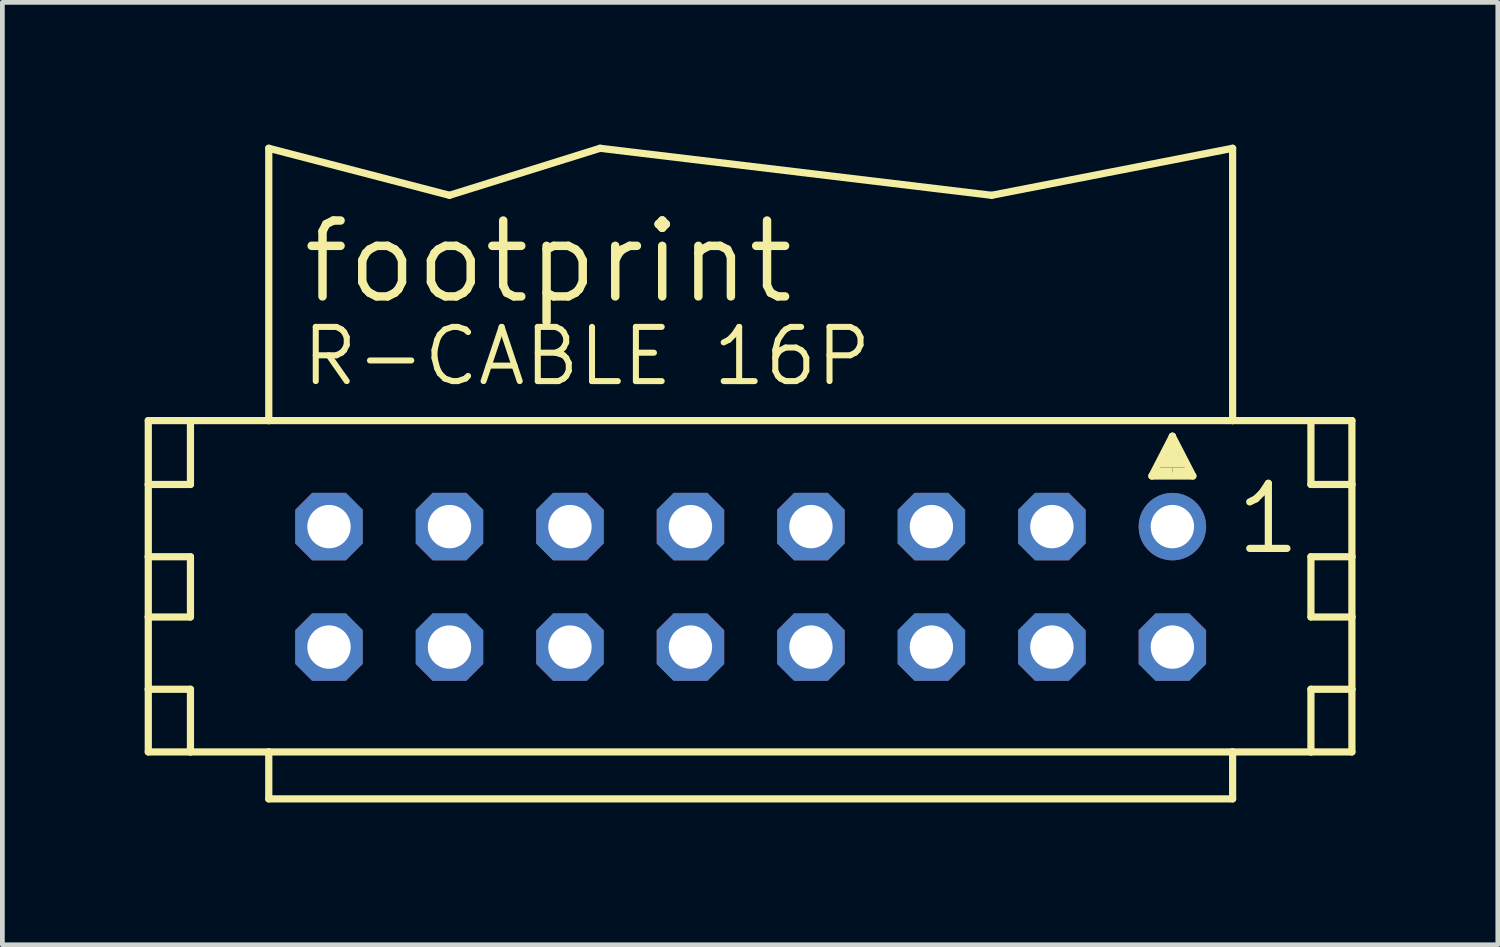
<source format=kicad_pcb>
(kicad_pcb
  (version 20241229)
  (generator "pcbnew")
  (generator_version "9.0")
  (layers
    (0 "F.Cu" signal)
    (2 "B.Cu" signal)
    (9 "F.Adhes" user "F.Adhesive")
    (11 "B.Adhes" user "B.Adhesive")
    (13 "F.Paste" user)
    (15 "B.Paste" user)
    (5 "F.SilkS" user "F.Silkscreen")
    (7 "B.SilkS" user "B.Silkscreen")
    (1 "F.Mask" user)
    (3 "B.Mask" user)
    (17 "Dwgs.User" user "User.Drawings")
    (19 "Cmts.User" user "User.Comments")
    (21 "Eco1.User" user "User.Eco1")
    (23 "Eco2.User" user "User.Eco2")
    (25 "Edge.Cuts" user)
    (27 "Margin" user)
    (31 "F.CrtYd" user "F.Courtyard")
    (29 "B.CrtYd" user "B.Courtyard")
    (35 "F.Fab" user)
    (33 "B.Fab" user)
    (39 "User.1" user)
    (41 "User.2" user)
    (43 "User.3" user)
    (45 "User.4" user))
  (footprint "footprint"
    (layer "F.Cu")
    (at 12.776 9.322)
    (property "Reference" "footprint" (at -9.525 -5.918 0) (layer "F.SilkS") (effects (font (size 1.6 1.6) (thickness 0.178)) (justify left bottom)))
    (fp_line (start -12.7 -3.505) (end -12.7 -2.159) (stroke (width 0.152) (type solid)) (layer "F.SilkS"))
    (fp_line (start -12.7 -2.159) (end -12.7 -0.635) (stroke (width 0.152) (type solid)) (layer "F.SilkS"))
    (fp_line (start -12.7 -2.159) (end -11.811 -2.159) (stroke (width 0.152) (type solid)) (layer "F.SilkS"))
    (fp_line (start -12.7 -0.635) (end -12.7 0.635) (stroke (width 0.152) (type solid)) (layer "F.SilkS"))
    (fp_line (start -12.7 -0.635) (end -11.811 -0.635) (stroke (width 0.152) (type solid)) (layer "F.SilkS"))
    (fp_line (start -12.7 0.635) (end -12.7 2.159) (stroke (width 0.152) (type solid)) (layer "F.SilkS"))
    (fp_line (start -12.7 0.635) (end -11.811 0.635) (stroke (width 0.152) (type solid)) (layer "F.SilkS"))
    (fp_line (start -12.7 2.159) (end -12.7 3.48) (stroke (width 0.152) (type solid)) (layer "F.SilkS"))
    (fp_line (start -12.7 2.159) (end -11.811 2.159) (stroke (width 0.152) (type solid)) (layer "F.SilkS"))
    (fp_line (start -12.7 3.48) (end -11.811 3.48) (stroke (width 0.152) (type solid)) (layer "F.SilkS"))
    (fp_line (start -11.811 -3.505) (end -12.7 -3.505) (stroke (width 0.152) (type solid)) (layer "F.SilkS"))
    (fp_line (start -11.811 -3.505) (end -11.811 -2.159) (stroke (width 0.152) (type solid)) (layer "F.SilkS"))
    (fp_line (start -11.811 -0.635) (end -11.811 0.635) (stroke (width 0.152) (type solid)) (layer "F.SilkS"))
    (fp_line (start -11.811 2.159) (end -11.811 3.48) (stroke (width 0.152) (type solid)) (layer "F.SilkS"))
    (fp_line (start -11.811 3.48) (end -10.16 3.48) (stroke (width 0.152) (type solid)) (layer "F.SilkS"))
    (fp_line (start -10.16 -3.505) (end -11.811 -3.505) (stroke (width 0.152) (type solid)) (layer "F.SilkS"))
    (fp_line (start -10.16 -3.505) (end -10.16 -9.246) (stroke (width 0.152) (type solid)) (layer "F.SilkS"))
    (fp_line (start -10.16 3.48) (end -10.16 4.47) (stroke (width 0.152) (type solid)) (layer "F.SilkS"))
    (fp_line (start -10.16 3.48) (end 10.16 3.48) (stroke (width 0.152) (type solid)) (layer "F.SilkS"))
    (fp_line (start -6.35 -8.255) (end -10.16 -9.246) (stroke (width 0.152) (type solid)) (layer "F.SilkS"))
    (fp_line (start -6.35 -8.255) (end -3.175 -9.246) (stroke (width 0.152) (type solid)) (layer "F.SilkS"))
    (fp_line (start 5.08 -8.255) (end -3.175 -9.246) (stroke (width 0.152) (type solid)) (layer "F.SilkS"))
    (fp_line (start 5.08 -8.255) (end 10.16 -9.246) (stroke (width 0.152) (type solid)) (layer "F.SilkS"))
    (fp_line (start 8.458 -2.337) (end 8.89 -3.175) (stroke (width 0.152) (type solid)) (layer "F.SilkS"))
    (fp_line (start 8.89 -3.175) (end 8.89 -2.921) (stroke (width 0.152) (type solid)) (layer "F.SilkS"))
    (fp_line (start 8.89 -3.175) (end 9.322 -2.337) (stroke (width 0.152) (type solid)) (layer "F.SilkS"))
    (fp_line (start 9.322 -2.337) (end 8.458 -2.337) (stroke (width 0.152) (type solid)) (layer "F.SilkS"))
    (fp_line (start 10.16 -3.505) (end -10.16 -3.505) (stroke (width 0.152) (type solid)) (layer "F.SilkS"))
    (fp_line (start 10.16 -3.505) (end 10.16 -9.246) (stroke (width 0.152) (type solid)) (layer "F.SilkS"))
    (fp_line (start 10.16 3.48) (end 10.16 4.47) (stroke (width 0.152) (type solid)) (layer "F.SilkS"))
    (fp_line (start 10.16 3.48) (end 11.811 3.48) (stroke (width 0.152) (type solid)) (layer "F.SilkS"))
    (fp_line (start 10.16 4.47) (end -10.16 4.47) (stroke (width 0.152) (type solid)) (layer "F.SilkS"))
    (fp_line (start 11.811 -3.505) (end 10.16 -3.505) (stroke (width 0.152) (type solid)) (layer "F.SilkS"))
    (fp_line (start 11.811 -3.505) (end 11.811 -2.159) (stroke (width 0.152) (type solid)) (layer "F.SilkS"))
    (fp_line (start 11.811 -2.159) (end 12.675 -2.159) (stroke (width 0.152) (type solid)) (layer "F.SilkS"))
    (fp_line (start 11.811 -0.635) (end 11.811 0.635) (stroke (width 0.152) (type solid)) (layer "F.SilkS"))
    (fp_line (start 11.811 -0.635) (end 12.675 -0.635) (stroke (width 0.152) (type solid)) (layer "F.SilkS"))
    (fp_line (start 11.811 0.635) (end 12.675 0.635) (stroke (width 0.152) (type solid)) (layer "F.SilkS"))
    (fp_line (start 11.811 2.159) (end 11.811 3.48) (stroke (width 0.152) (type solid)) (layer "F.SilkS"))
    (fp_line (start 11.811 2.159) (end 12.675 2.159) (stroke (width 0.152) (type solid)) (layer "F.SilkS"))
    (fp_line (start 11.811 3.48) (end 12.675 3.48) (stroke (width 0.152) (type solid)) (layer "F.SilkS"))
    (fp_line (start 12.675 -3.505) (end 11.811 -3.505) (stroke (width 0.152) (type solid)) (layer "F.SilkS"))
    (fp_line (start 12.675 -2.159) (end 12.675 -3.505) (stroke (width 0.152) (type solid)) (layer "F.SilkS"))
    (fp_line (start 12.675 -0.635) (end 12.675 -2.159) (stroke (width 0.152) (type solid)) (layer "F.SilkS"))
    (fp_line (start 12.675 0.635) (end 12.675 -0.635) (stroke (width 0.152) (type solid)) (layer "F.SilkS"))
    (fp_line (start 12.675 2.159) (end 12.675 0.635) (stroke (width 0.152) (type solid)) (layer "F.SilkS"))
    (fp_line (start 12.675 3.48) (end 12.675 2.159) (stroke (width 0.152) (type solid)) (layer "F.SilkS"))
    (fp_poly (pts (xy 8.509 -2.388) (xy 8.89 -2.388) (xy 8.89 -2.515) (xy 8.509 -2.515)) (stroke (width 0) (type solid)) (fill yes) (layer "F.SilkS"))
    (fp_poly (pts (xy 8.636 -2.515) (xy 9.144 -2.515) (xy 9.144 -2.769) (xy 8.636 -2.769)) (stroke (width 0) (type solid)) (fill yes) (layer "F.SilkS"))
    (fp_poly (pts (xy 8.763 -2.718) (xy 9.017 -2.718) (xy 9.017 -2.972) (xy 8.763 -2.972)) (stroke (width 0) (type solid)) (fill yes) (layer "F.SilkS"))
    (fp_poly (pts (xy 8.89 -2.388) (xy 9.271 -2.388) (xy 9.271 -2.515) (xy 8.89 -2.515)) (stroke (width 0) (type solid)) (fill yes) (layer "F.SilkS"))
    (fp_text user "1" (at 10.16 -0.635 0) (layer "F.SilkS") (effects (font (size 1.372 1.372) (thickness 0.152)) (justify left bottom)))
    (fp_text user "R-CABLE 16P" (at -9.525 -4.191 0) (layer "F.SilkS") (effects (font (size 1.143 1.143) (thickness 0.127)) (justify left bottom)))
    (pad "1" thru_hole circle (at 8.89 -1.27) (size 1.422 1.422) (drill 0.914) (layers "*.Cu" "*.Mask"))
    (pad "2" thru_hole roundrect (at 8.89 1.27) (size 1.422 1.422) (drill 0.914) (layers "*.Cu" "*.Mask") (roundrect_rratio 0.25) (chamfer_ratio 0.25) (chamfer top_left top_right bottom_left bottom_right))
    (pad "3" thru_hole roundrect (at 6.35 -1.27) (size 1.422 1.422) (drill 0.914) (layers "*.Cu" "*.Mask") (roundrect_rratio 0.25) (chamfer_ratio 0.25) (chamfer top_left top_right bottom_left bottom_right))
    (pad "4" thru_hole roundrect (at 6.35 1.27) (size 1.422 1.422) (drill 0.914) (layers "*.Cu" "*.Mask") (roundrect_rratio 0.25) (chamfer_ratio 0.25) (chamfer top_left top_right bottom_left bottom_right))
    (pad "5" thru_hole roundrect (at 3.81 -1.27) (size 1.422 1.422) (drill 0.914) (layers "*.Cu" "*.Mask") (roundrect_rratio 0.25) (chamfer_ratio 0.25) (chamfer top_left top_right bottom_left bottom_right))
    (pad "6" thru_hole roundrect (at 3.81 1.27) (size 1.422 1.422) (drill 0.914) (layers "*.Cu" "*.Mask") (roundrect_rratio 0.25) (chamfer_ratio 0.25) (chamfer top_left top_right bottom_left bottom_right))
    (pad "7" thru_hole roundrect (at 1.27 -1.27) (size 1.422 1.422) (drill 0.914) (layers "*.Cu" "*.Mask") (roundrect_rratio 0.25) (chamfer_ratio 0.25) (chamfer top_left top_right bottom_left bottom_right))
    (pad "8" thru_hole roundrect (at 1.27 1.27) (size 1.422 1.422) (drill 0.914) (layers "*.Cu" "*.Mask") (roundrect_rratio 0.25) (chamfer_ratio 0.25) (chamfer top_left top_right bottom_left bottom_right))
    (pad "9" thru_hole roundrect (at -1.27 -1.27) (size 1.422 1.422) (drill 0.914) (layers "*.Cu" "*.Mask") (roundrect_rratio 0.25) (chamfer_ratio 0.25) (chamfer top_left top_right bottom_left bottom_right))
    (pad "10" thru_hole roundrect (at -1.27 1.27) (size 1.422 1.422) (drill 0.914) (layers "*.Cu" "*.Mask") (roundrect_rratio 0.25) (chamfer_ratio 0.25) (chamfer top_left top_right bottom_left bottom_right))
    (pad "11" thru_hole roundrect (at -3.81 -1.27) (size 1.422 1.422) (drill 0.914) (layers "*.Cu" "*.Mask") (roundrect_rratio 0.25) (chamfer_ratio 0.25) (chamfer top_left top_right bottom_left bottom_right))
    (pad "12" thru_hole roundrect (at -3.81 1.27) (size 1.422 1.422) (drill 0.914) (layers "*.Cu" "*.Mask") (roundrect_rratio 0.25) (chamfer_ratio 0.25) (chamfer top_left top_right bottom_left bottom_right))
    (pad "13" thru_hole roundrect (at -6.35 -1.27) (size 1.422 1.422) (drill 0.914) (layers "*.Cu" "*.Mask") (roundrect_rratio 0.25) (chamfer_ratio 0.25) (chamfer top_left top_right bottom_left bottom_right))
    (pad "14" thru_hole roundrect (at -6.35 1.27) (size 1.422 1.422) (drill 0.914) (layers "*.Cu" "*.Mask") (roundrect_rratio 0.25) (chamfer_ratio 0.25) (chamfer top_left top_right bottom_left bottom_right))
    (pad "15" thru_hole roundrect (at -8.89 -1.27) (size 1.422 1.422) (drill 0.914) (layers "*.Cu" "*.Mask") (roundrect_rratio 0.25) (chamfer_ratio 0.25) (chamfer top_left top_right bottom_left bottom_right))
    (pad "16" thru_hole roundrect (at -8.89 1.27) (size 1.422 1.422) (drill 0.914) (layers "*.Cu" "*.Mask") (roundrect_rratio 0.25) (chamfer_ratio 0.25) (chamfer top_left top_right bottom_left bottom_right)))
  (gr_rect
    (start -3 -3)
    (end 28.527 16.868)
    (stroke (width 0.1) (type default))
    (fill no)
    (layer "Edge.Cuts")))
</source>
